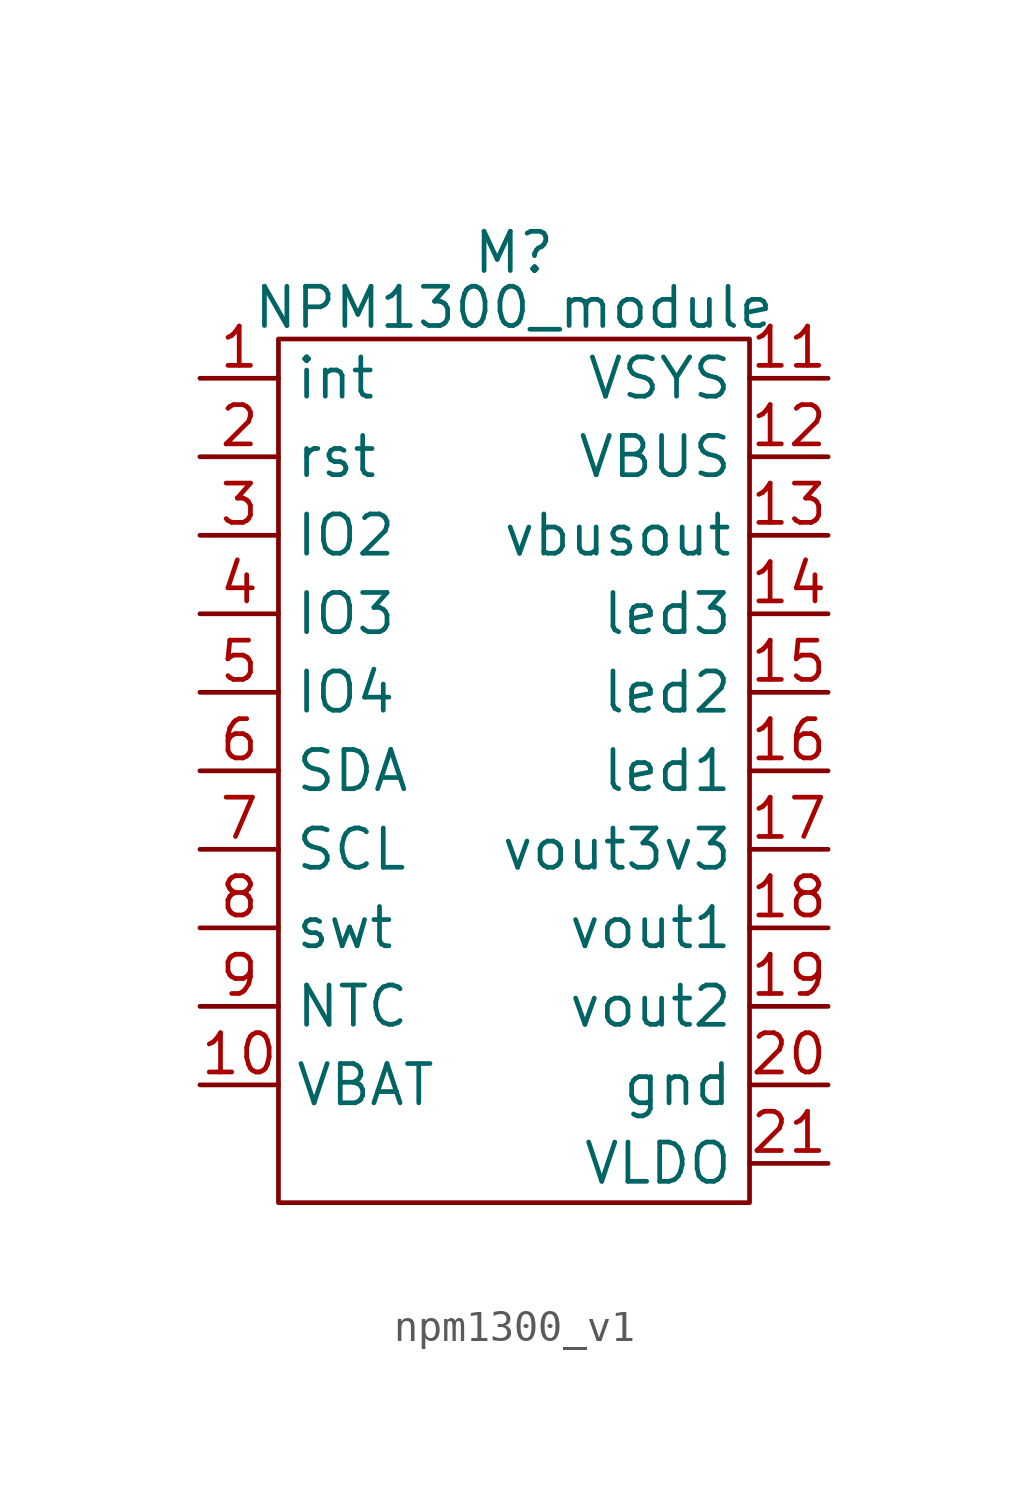
<source format=kicad_sym>
(kicad_symbol_lib
  (version 20241209)
  (generator "kicad_symbol_editor")
  (generator_version "9.0")
  (symbol "npm1300_v1"
    (property "Reference" "M"
      (at 0 9.144 0)
      (effects (font (size 1.27 1.27))))
    (property "Value" "NPM1300_module"
      (at 0 7.366 0)
      (effects (font (size 1.27 1.27))))
    (symbol "npm1300_v1_1_1"
      (rectangle (start -7.62 6.35) (end 7.62 -21.59) (stroke (width 0) (type solid)) (fill (type none)))
      (pin input line (at -10.16 5.08 0) (length 2.54) (name "int" (effects (font (size 1.27 1.27)))) (number "1" (effects (font (size 1.27 1.27)))))
      (pin input line (at -10.16 2.54 0) (length 2.54) (name "rst" (effects (font (size 1.27 1.27)))) (number "2" (effects (font (size 1.27 1.27)))))
      (pin input line (at -10.16 0 0) (length 2.54) (name "IO2" (effects (font (size 1.27 1.27)))) (number "3" (effects (font (size 1.27 1.27)))))
      (pin input line (at -10.16 -2.54 0) (length 2.54) (name "IO3" (effects (font (size 1.27 1.27)))) (number "4" (effects (font (size 1.27 1.27)))))
      (pin input line (at -10.16 -5.08 0) (length 2.54) (name "IO4" (effects (font (size 1.27 1.27)))) (number "5" (effects (font (size 1.27 1.27)))))
      (pin input line (at -10.16 -7.62 0) (length 2.54) (name "SDA" (effects (font (size 1.27 1.27)))) (number "6" (effects (font (size 1.27 1.27)))))
      (pin input line (at -10.16 -10.16 0) (length 2.54) (name "SCL" (effects (font (size 1.27 1.27)))) (number "7" (effects (font (size 1.27 1.27)))))
      (pin input line (at -10.16 -12.7 0) (length 2.54) (name "swt" (effects (font (size 1.27 1.27)))) (number "8" (effects (font (size 1.27 1.27)))))
      (pin input line (at -10.16 -15.24 0) (length 2.54) (name "NTC" (effects (font (size 1.27 1.27)))) (number "9" (effects (font (size 1.27 1.27)))))
      (pin input line (at -10.16 -17.78 0) (length 2.54) (name "VBAT" (effects (font (size 1.27 1.27)))) (number "10" (effects (font (size 1.27 1.27)))))
      (pin input line (at 10.16 5.08 180) (length 2.54) (name "VSYS" (effects (font (size 1.27 1.27)))) (number "11" (effects (font (size 1.27 1.27)))))
      (pin input line (at 10.16 2.54 180) (length 2.54) (name "VBUS" (effects (font (size 1.27 1.27)))) (number "12" (effects (font (size 1.27 1.27)))))
      (pin input line (at 10.16 0 180) (length 2.54) (name "vbusout" (effects (font (size 1.27 1.27)))) (number "13" (effects (font (size 1.27 1.27)))))
      (pin input line (at 10.16 -2.54 180) (length 2.54) (name "led3" (effects (font (size 1.27 1.27)))) (number "14" (effects (font (size 1.27 1.27)))))
      (pin input line (at 10.16 -5.08 180) (length 2.54) (name "led2" (effects (font (size 1.27 1.27)))) (number "15" (effects (font (size 1.27 1.27)))))
      (pin input line (at 10.16 -7.62 180) (length 2.54) (name "led1" (effects (font (size 1.27 1.27)))) (number "16" (effects (font (size 1.27 1.27)))))
      (pin input line (at 10.16 -10.16 180) (length 2.54) (name "vout3v3" (effects (font (size 1.27 1.27)))) (number "17" (effects (font (size 1.27 1.27)))))
      (pin input line (at 10.16 -12.7 180) (length 2.54) (name "vout1" (effects (font (size 1.27 1.27)))) (number "18" (effects (font (size 1.27 1.27)))))
      (pin input line (at 10.16 -15.24 180) (length 2.54) (name "vout2" (effects (font (size 1.27 1.27)))) (number "19" (effects (font (size 1.27 1.27)))))
      (pin input line (at 10.16 -17.78 180) (length 2.54) (name "gnd" (effects (font (size 1.27 1.27)))) (number "20" (effects (font (size 1.27 1.27)))))
      (pin input line (at 10.16 -20.32 180) (length 2.54) (name "VLDO" (effects (font (size 1.27 1.27)))) (number "21" (effects (font (size 1.27 1.27))))))))
</source>
